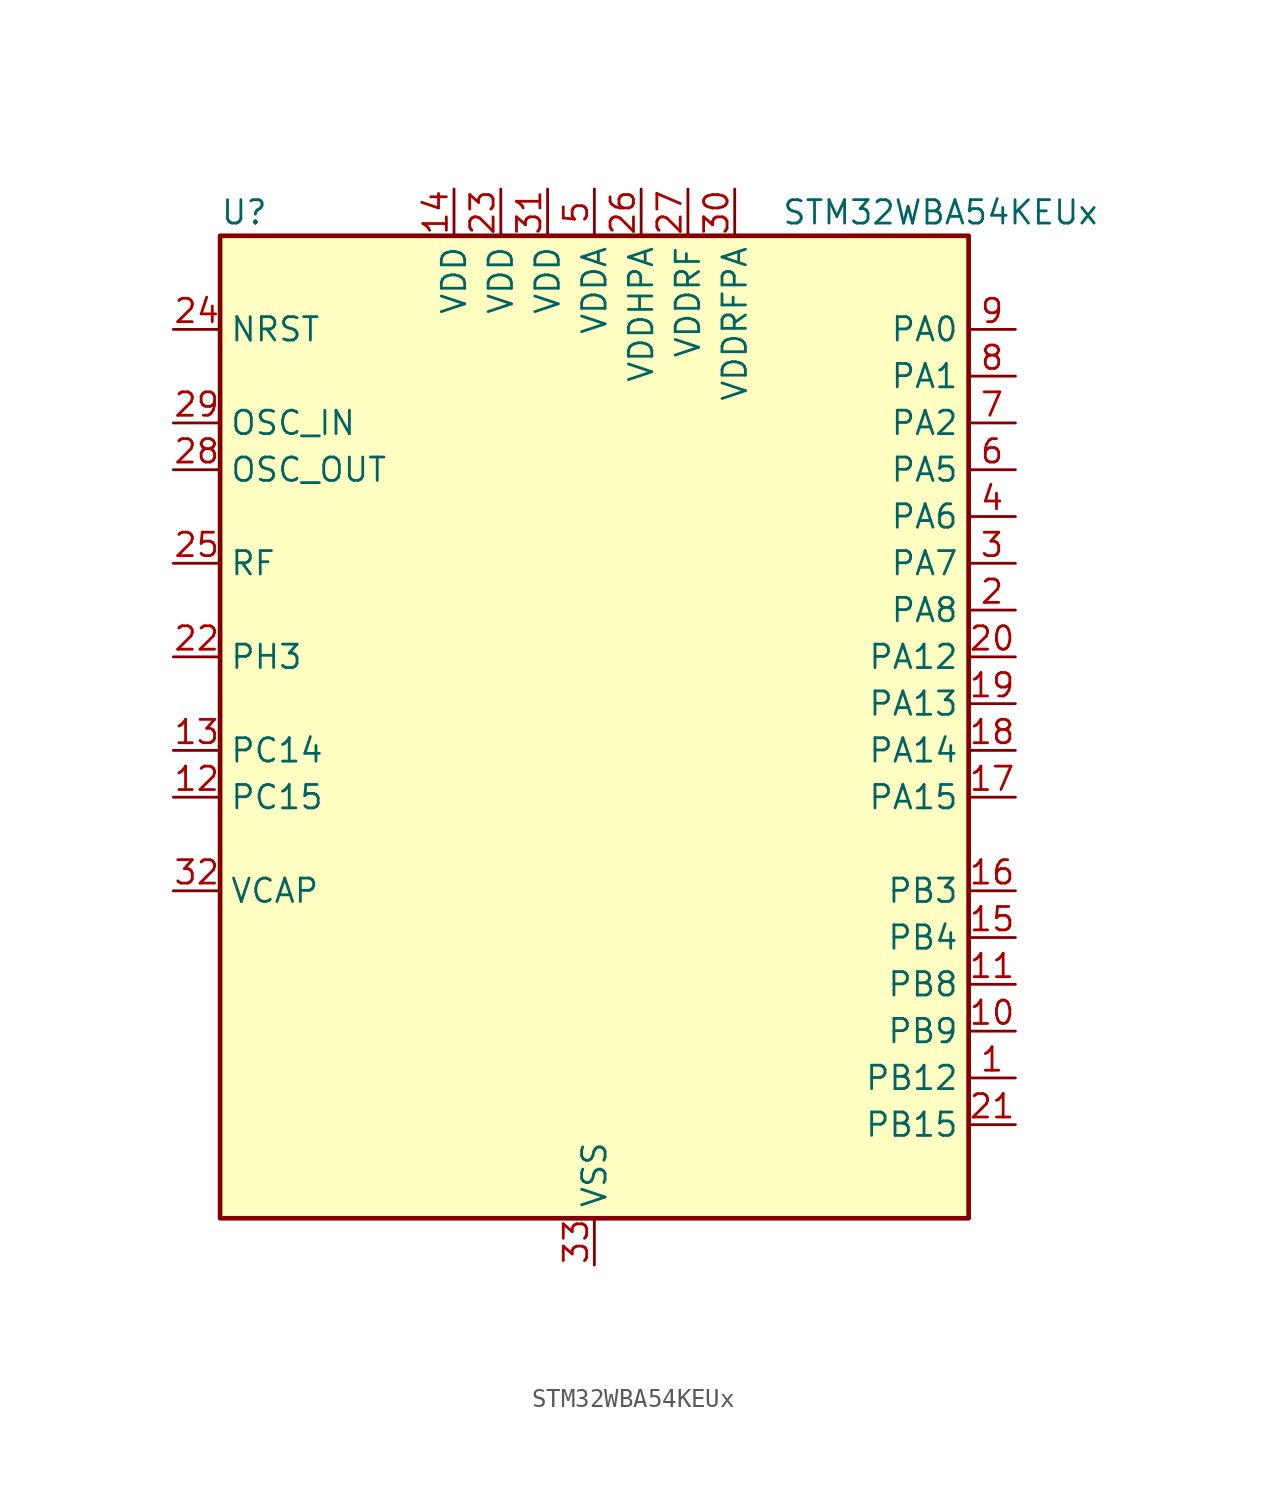
<source format=kicad_sym>
(kicad_symbol_lib
  (version 20231120)
  (generator "kicad-library-utils")
  (generator_version "8.0")
  (symbol "STM32WBA54KEUx"
    (property "Reference" "U"
      (at -20.32 29.21 0)
      (effects (font (size 1.27 1.27)) (justify left)))
    (property "Value" "STM32WBA54KEUx"
      (at 10.16 29.21 0)
      (effects (font (size 1.27 1.27)) (justify left)))
    (symbol "STM32WBA54KEUx_0_1"
      (rectangle (start -20.32 -25.4) (end 20.32 27.94) (stroke (width 0.254) (type default)) (fill (type background))))
    (symbol "STM32WBA54KEUx_1_1"
      (pin bidirectional line (at 22.86 -17.78 180) (length 2.54) (name "PB12" (effects (font (size 1.27 1.27)))) (number "1" (effects (font (size 1.27 1.27)))) (alternate "SAI1_SD_A" bidirectional line) (alternate "SPI1_RDY" bidirectional line) (alternate "TIM2_CH1" bidirectional line) (alternate "TIM2_ETR" bidirectional line) (alternate "TIM3_ETR" bidirectional line) (alternate "TSC_SYNC" bidirectional line) (alternate "USART1_TX" bidirectional line))
      (pin bidirectional line (at 22.86 -15.24 180) (length 2.54) (name "PB9" (effects (font (size 1.27 1.27)))) (number "10" (effects (font (size 1.27 1.27)))) (alternate "ADC4_IN10" bidirectional line) (alternate "COMP2_INM" bidirectional line) (alternate "IR_OUT" bidirectional line) (alternate "LPTIM2_IN1" bidirectional line) (alternate "LPUART1_DE" bidirectional line) (alternate "LPUART1_RTS" bidirectional line) (alternate "PWR_WKUP8" bidirectional line) (alternate "SPI3_MISO" bidirectional line) (alternate "TIM16_CH1" bidirectional line) (alternate "TIM1_CH3N" bidirectional line) (alternate "TIM3_CH4" bidirectional line) (alternate "TSC_G2_IO3" bidirectional line))
      (pin bidirectional line (at 22.86 -12.7 180) (length 2.54) (name "PB8" (effects (font (size 1.27 1.27)))) (number "11" (effects (font (size 1.27 1.27)))) (alternate "COMP1_OUT" bidirectional line) (alternate "LPTIM1_ETR" bidirectional line) (alternate "PWR_PVD_IN" bidirectional line) (alternate "SPI3_MOSI" bidirectional line) (alternate "TIM16_CH1N" bidirectional line) (alternate "TIM1_CH1" bidirectional line) (alternate "TIM3_ETR" bidirectional line) (alternate "TSC_G2_IO4" bidirectional line) (alternate "USART2_RX" bidirectional line))
      (pin bidirectional line (at -22.86 -2.54 0) (length 2.54) (name "PC15" (effects (font (size 1.27 1.27)))) (number "12" (effects (font (size 1.27 1.27)))) (alternate "ADC4_EXTI15" bidirectional line) (alternate "RCC_OSC32_OUT" bidirectional line))
      (pin bidirectional line (at -22.86 0 0) (length 2.54) (name "PC14" (effects (font (size 1.27 1.27)))) (number "13" (effects (font (size 1.27 1.27)))) (alternate "RCC_OSC32_IN" bidirectional line))
      (pin power_in line (at -7.62 30.48 270) (length 2.54) (name "VDD" (effects (font (size 1.27 1.27)))) (number "14" (effects (font (size 1.27 1.27)))))
      (pin bidirectional line (at 22.86 -10.16 180) (length 2.54) (name "PB4" (effects (font (size 1.27 1.27)))) (number "15" (effects (font (size 1.27 1.27)))) (alternate "DEBUG_JTRST" bidirectional line) (alternate "LPTIM2_IN2" bidirectional line) (alternate "PTA_ACTIVE" bidirectional line) (alternate "PTA_PRIORITY" bidirectional line) (alternate "SAI1_MCLK_B" bidirectional line) (alternate "SPI1_SCK" bidirectional line) (alternate "TIM17_CH1" bidirectional line) (alternate "TIM1_CH3" bidirectional line) (alternate "TSC_G3_IO1" bidirectional line) (alternate "USART2_RX" bidirectional line))
      (pin bidirectional line (at 22.86 -7.62 180) (length 2.54) (name "PB3" (effects (font (size 1.27 1.27)))) (number "16" (effects (font (size 1.27 1.27)))) (alternate "DEBUG_JTDO-SWO" bidirectional line) (alternate "I2C1_SDA" bidirectional line) (alternate "LPTIM1_IN2" bidirectional line) (alternate "PTA_ACTIVE" bidirectional line) (alternate "SPI1_MISO" bidirectional line) (alternate "TIM17_CH1N" bidirectional line) (alternate "TIM1_CH4" bidirectional line) (alternate "TSC_G3_IO2" bidirectional line) (alternate "USART2_CK" bidirectional line))
      (pin bidirectional line (at 22.86 -2.54 180) (length 2.54) (name "PA15" (effects (font (size 1.27 1.27)))) (number "17" (effects (font (size 1.27 1.27)))) (alternate "ADC4_EXTI15" bidirectional line) (alternate "DEBUG_JTDI" bidirectional line) (alternate "I2C1_SCL" bidirectional line) (alternate "LPTIM1_CH2" bidirectional line) (alternate "PTA_STATUS" bidirectional line) (alternate "SPI1_MOSI" bidirectional line) (alternate "TIM17_BKIN" bidirectional line) (alternate "TIM1_ETR" bidirectional line) (alternate "TSC_G3_IO3" bidirectional line) (alternate "USART2_DE" bidirectional line) (alternate "USART2_RTS" bidirectional line))
      (pin bidirectional line (at 22.86 0 180) (length 2.54) (name "PA14" (effects (font (size 1.27 1.27)))) (number "18" (effects (font (size 1.27 1.27)))) (alternate "COMP2_OUT" bidirectional line) (alternate "DEBUG_JTCK-SWCLK" bidirectional line) (alternate "PTA_STATUS" bidirectional line) (alternate "TAMP_IN3" bidirectional line) (alternate "TAMP_OUT6" bidirectional line) (alternate "USART2_TX" bidirectional line))
      (pin bidirectional line (at 22.86 2.54 180) (length 2.54) (name "PA13" (effects (font (size 1.27 1.27)))) (number "19" (effects (font (size 1.27 1.27)))) (alternate "DEBUG_JTMS-SWDIO" bidirectional line) (alternate "IR_OUT" bidirectional line) (alternate "PTA_PRIORITY" bidirectional line))
      (pin bidirectional line (at 22.86 7.62 180) (length 2.54) (name "PA8" (effects (font (size 1.27 1.27)))) (number "2" (effects (font (size 1.27 1.27)))) (alternate "ADC4_IN1" bidirectional line) (alternate "LPTIM1_CH2" bidirectional line) (alternate "RCC_MCO" bidirectional line) (alternate "SAI1_FS_A" bidirectional line) (alternate "SPI3_RDY" bidirectional line) (alternate "TIM2_CH2" bidirectional line) (alternate "TSC_G1_IO1" bidirectional line) (alternate "USART1_RX" bidirectional line))
      (pin bidirectional line (at 22.86 5.08 180) (length 2.54) (name "PA12" (effects (font (size 1.27 1.27)))) (number "20" (effects (font (size 1.27 1.27)))) (alternate "COMP2_OUT" bidirectional line) (alternate "PTA_STATUS" bidirectional line) (alternate "PWR_WKUP6" bidirectional line) (alternate "RF_ANTSW0" bidirectional line) (alternate "SPI1_NSS" bidirectional line) (alternate "TIM1_CH2" bidirectional line) (alternate "TSC_G3_IO4" bidirectional line) (alternate "USART2_TX" bidirectional line))
      (pin bidirectional line (at 22.86 -20.32 180) (length 2.54) (name "PB15" (effects (font (size 1.27 1.27)))) (number "21" (effects (font (size 1.27 1.27)))) (alternate "ADC4_EXTI15" bidirectional line) (alternate "I2C1_SMBA" bidirectional line) (alternate "I2C3_SMBA" bidirectional line) (alternate "LPUART1_CTS" bidirectional line) (alternate "PTA_GRANT" bidirectional line) (alternate "RF_EXTPABYP" bidirectional line) (alternate "TIM16_BKIN" bidirectional line) (alternate "TIM1_BKIN2" bidirectional line) (alternate "USART2_CTS" bidirectional line))
      (pin bidirectional line (at -22.86 5.08 0) (length 2.54) (name "PH3" (effects (font (size 1.27 1.27)))) (number "22" (effects (font (size 1.27 1.27)))) (alternate "PTA_GRANT" bidirectional line) (alternate "RF_EXTPABYP" bidirectional line) (alternate "TAMP_IN2" bidirectional line) (alternate "TAMP_OUT1" bidirectional line))
      (pin power_in line (at -5.08 30.48 270) (length 2.54) (name "VDD" (effects (font (size 1.27 1.27)))) (number "23" (effects (font (size 1.27 1.27)))))
      (pin input line (at -22.86 22.86 0) (length 2.54) (name "NRST" (effects (font (size 1.27 1.27)))) (number "24" (effects (font (size 1.27 1.27)))))
      (pin bidirectional line (at -22.86 10.16 0) (length 2.54) (name "RF" (effects (font (size 1.27 1.27)))) (number "25" (effects (font (size 1.27 1.27)))))
      (pin power_in line (at 2.54 30.48 270) (length 2.54) (name "VDDHPA" (effects (font (size 1.27 1.27)))) (number "26" (effects (font (size 1.27 1.27)))))
      (pin power_in line (at 5.08 30.48 270) (length 2.54) (name "VDDRF" (effects (font (size 1.27 1.27)))) (number "27" (effects (font (size 1.27 1.27)))))
      (pin input line (at -22.86 15.24 0) (length 2.54) (name "OSC_OUT" (effects (font (size 1.27 1.27)))) (number "28" (effects (font (size 1.27 1.27)))) (alternate "RCC_OSC_OUT" bidirectional line))
      (pin input line (at -22.86 17.78 0) (length 2.54) (name "OSC_IN" (effects (font (size 1.27 1.27)))) (number "29" (effects (font (size 1.27 1.27)))) (alternate "RCC_OSC_IN" bidirectional line))
      (pin bidirectional line (at 22.86 10.16 180) (length 2.54) (name "PA7" (effects (font (size 1.27 1.27)))) (number "3" (effects (font (size 1.27 1.27)))) (alternate "ADC4_IN2" bidirectional line) (alternate "COMP1_OUT" bidirectional line) (alternate "I2C3_SDA" bidirectional line) (alternate "PWR_WKUP8" bidirectional line) (alternate "SAI1_SCK_A" bidirectional line) (alternate "TAMP_IN1" bidirectional line) (alternate "TAMP_OUT2" bidirectional line) (alternate "TIM2_CH3" bidirectional line) (alternate "TSC_G1_IO2" bidirectional line) (alternate "USART1_CTS" bidirectional line))
      (pin power_in line (at 7.62 30.48 270) (length 2.54) (name "VDDRFPA" (effects (font (size 1.27 1.27)))) (number "30" (effects (font (size 1.27 1.27)))))
      (pin power_in line (at -2.54 30.48 270) (length 2.54) (name "VDD" (effects (font (size 1.27 1.27)))) (number "31" (effects (font (size 1.27 1.27)))))
      (pin power_out line (at -22.86 -7.62 0) (length 2.54) (name "VCAP" (effects (font (size 1.27 1.27)))) (number "32" (effects (font (size 1.27 1.27)))))
      (pin power_in line (at 0 -27.94 90) (length 2.54) (name "VSS" (effects (font (size 1.27 1.27)))) (number "33" (effects (font (size 1.27 1.27)))))
      (pin bidirectional line (at 22.86 12.7 180) (length 2.54) (name "PA6" (effects (font (size 1.27 1.27)))) (number "4" (effects (font (size 1.27 1.27)))) (alternate "ADC4_IN3" bidirectional line) (alternate "I2C3_SCL" bidirectional line) (alternate "PWR_CSTOP" bidirectional line) (alternate "PWR_WKUP7" bidirectional line) (alternate "SAI1_CK2" bidirectional line) (alternate "SAI1_MCLK_A" bidirectional line) (alternate "SPI3_RDY" bidirectional line) (alternate "TIM2_CH4" bidirectional line) (alternate "TSC_G1_IO3" bidirectional line) (alternate "USART1_DE" bidirectional line) (alternate "USART1_RTS" bidirectional line))
      (pin power_in line (at 0 30.48 270) (length 2.54) (name "VDDA" (effects (font (size 1.27 1.27)))) (number "5" (effects (font (size 1.27 1.27)))))
      (pin bidirectional line (at 22.86 15.24 180) (length 2.54) (name "PA5" (effects (font (size 1.27 1.27)))) (number "6" (effects (font (size 1.27 1.27)))) (alternate "ADC4_IN4" bidirectional line) (alternate "AUDIOCLK" bidirectional line) (alternate "LPTIM2_ETR" bidirectional line) (alternate "PWR_CSLEEP" bidirectional line) (alternate "PWR_WKUP6" bidirectional line) (alternate "SAI1_D2" bidirectional line) (alternate "SPI3_NSS" bidirectional line) (alternate "TIM2_CH1" bidirectional line) (alternate "TIM2_ETR" bidirectional line) (alternate "TSC_G1_IO4" bidirectional line) (alternate "USART1_CK" bidirectional line))
      (pin bidirectional line (at 22.86 17.78 180) (length 2.54) (name "PA2" (effects (font (size 1.27 1.27)))) (number "7" (effects (font (size 1.27 1.27)))) (alternate "ADC4_IN7" bidirectional line) (alternate "COMP1_INP" bidirectional line) (alternate "LPUART1_TX" bidirectional line) (alternate "PWR_WKUP4" bidirectional line) (alternate "RCC_LSCO" bidirectional line) (alternate "SAI1_D1" bidirectional line) (alternate "TIM16_CH1" bidirectional line) (alternate "TIM1_BKIN" bidirectional line) (alternate "TIM3_CH1" bidirectional line) (alternate "TSC_G4_IO4" bidirectional line) (alternate "USART1_DE" bidirectional line) (alternate "USART1_RTS" bidirectional line))
      (pin bidirectional line (at 22.86 20.32 180) (length 2.54) (name "PA1" (effects (font (size 1.27 1.27)))) (number "8" (effects (font (size 1.27 1.27)))) (alternate "ADC4_IN8" bidirectional line) (alternate "COMP1_INM" bidirectional line) (alternate "LPTIM2_CH2" bidirectional line) (alternate "LPUART1_RX" bidirectional line) (alternate "PWR_WKUP3" bidirectional line) (alternate "SAI1_CK1" bidirectional line) (alternate "SPI1_RDY" bidirectional line) (alternate "TIM17_CH1" bidirectional line) (alternate "TIM1_CH1N" bidirectional line) (alternate "TIM3_CH2" bidirectional line) (alternate "TSC_G2_IO1" bidirectional line) (alternate "USART1_CK" bidirectional line))
      (pin bidirectional line (at 22.86 22.86 180) (length 2.54) (name "PA0" (effects (font (size 1.27 1.27)))) (number "9" (effects (font (size 1.27 1.27)))) (alternate "ADC4_IN9" bidirectional line) (alternate "COMP2_INP" bidirectional line) (alternate "LPTIM1_IN1" bidirectional line) (alternate "LPUART1_CTS" bidirectional line) (alternate "PWR_WKUP1" bidirectional line) (alternate "SPI3_SCK" bidirectional line) (alternate "TIM1_CH2N" bidirectional line) (alternate "TIM3_CH3" bidirectional line) (alternate "TIM3_ETR" bidirectional line) (alternate "TSC_G2_IO2" bidirectional line)))))
</source>
